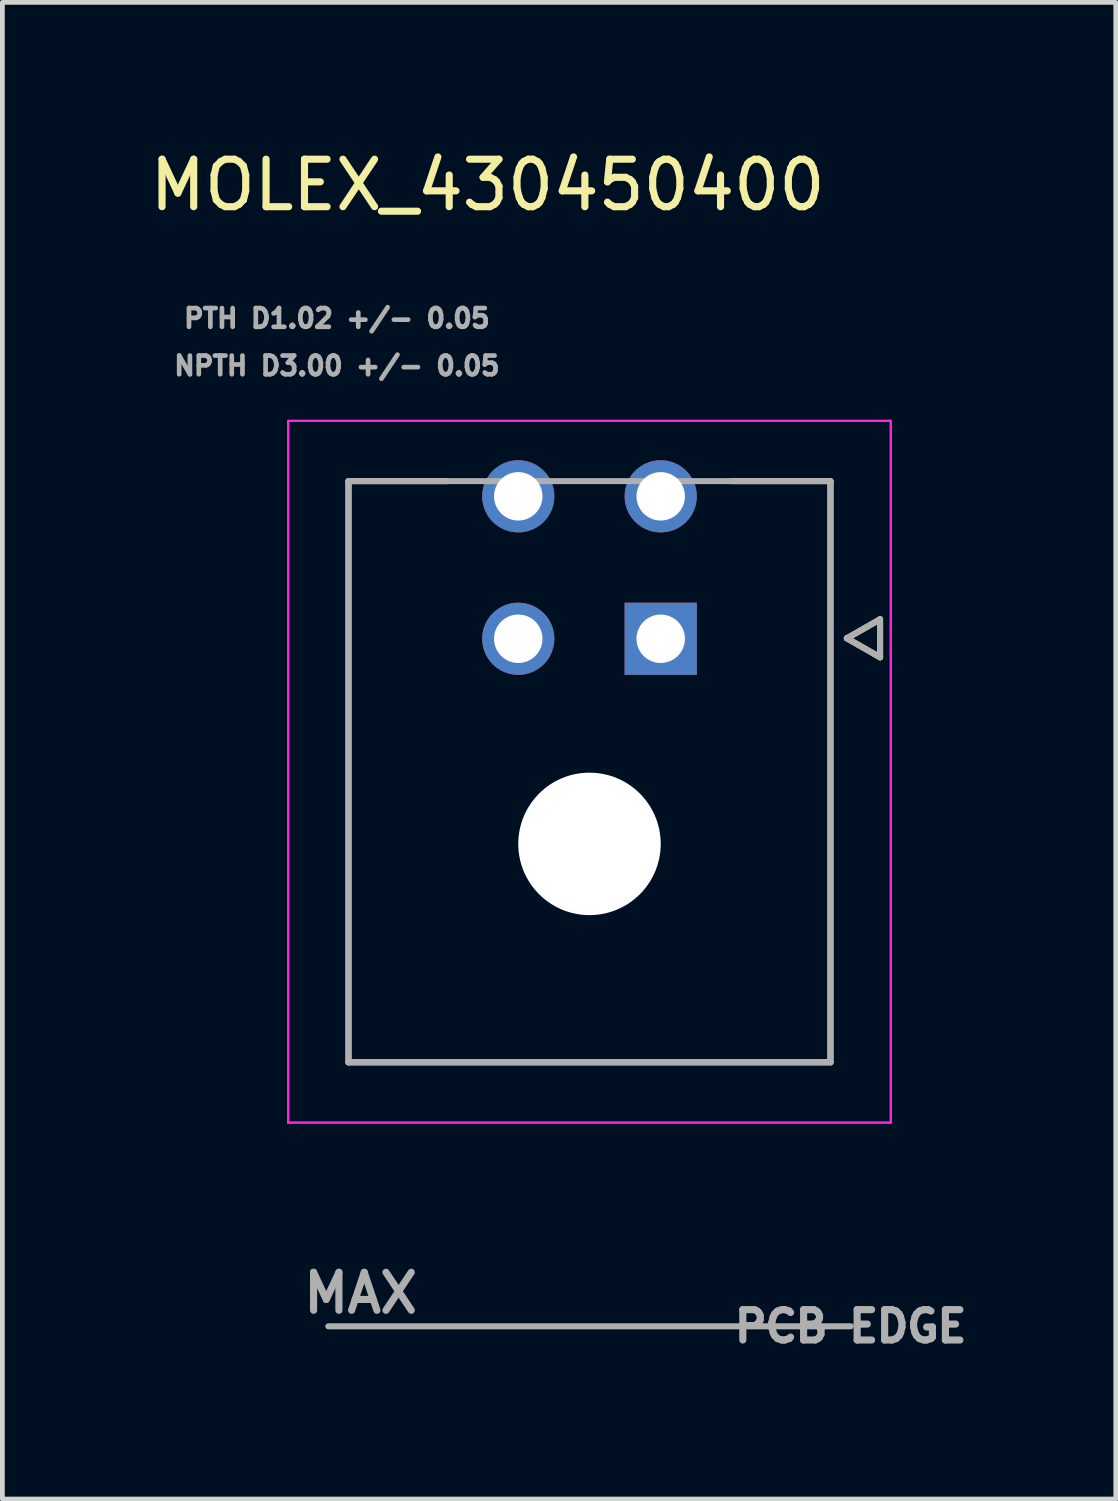
<source format=kicad_pcb>
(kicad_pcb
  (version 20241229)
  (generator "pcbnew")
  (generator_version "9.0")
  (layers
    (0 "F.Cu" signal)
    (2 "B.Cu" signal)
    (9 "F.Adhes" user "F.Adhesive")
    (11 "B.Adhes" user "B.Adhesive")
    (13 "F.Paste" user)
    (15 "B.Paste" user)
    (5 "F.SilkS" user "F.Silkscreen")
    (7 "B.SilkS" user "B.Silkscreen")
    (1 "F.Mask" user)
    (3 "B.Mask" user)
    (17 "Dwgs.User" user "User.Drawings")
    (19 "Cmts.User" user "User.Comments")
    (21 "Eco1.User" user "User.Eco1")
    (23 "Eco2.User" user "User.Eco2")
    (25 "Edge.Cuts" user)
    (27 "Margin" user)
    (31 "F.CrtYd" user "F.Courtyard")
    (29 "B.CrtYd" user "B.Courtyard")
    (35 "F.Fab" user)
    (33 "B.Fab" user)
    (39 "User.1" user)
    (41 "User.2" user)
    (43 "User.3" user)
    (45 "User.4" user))
  (footprint "MOLEX_430450400"
    (layer "F.Cu")
    (at 10.865 10.403)
    (property "Reference" "MOLEX_430450400" (at -3.645 -9.555 0) (layer "F.SilkS") (effects (font (size 1 1) (thickness 0.15))))
    (attr through_hole)
    (fp_circle (center -3 -3) (end -2.582 -3) (stroke (width 0.836) (type solid)) (fill no) (layer "F.Mask"))
    (fp_circle (center -3 0) (end -2.582 0) (stroke (width 0.836) (type solid)) (fill no) (layer "F.Mask"))
    (fp_circle (center -1.5 4.32) (end -0.712 4.32) (stroke (width 1.576) (type solid)) (fill no) (layer "F.Mask"))
    (fp_circle (center 0 -3) (end 0.418 -3) (stroke (width 0.836) (type solid)) (fill no) (layer "F.Mask"))
    (fp_poly (pts (xy -0.836 -0.836) (xy 0.836 -0.836) (xy 0.836 0.836) (xy -0.836 0.836)) (stroke (width 0.01) (type solid)) (fill yes) (layer "F.Mask"))
    (fp_circle (center -3 -3) (end -2.582 -3) (stroke (width 0.836) (type solid)) (fill no) (layer "B.Mask"))
    (fp_circle (center -3 0) (end -2.582 0) (stroke (width 0.836) (type solid)) (fill no) (layer "B.Mask"))
    (fp_circle (center -1.5 4.32) (end -0.712 4.32) (stroke (width 1.576) (type solid)) (fill no) (layer "B.Mask"))
    (fp_circle (center 0 -3) (end 0.418 -3) (stroke (width 0.836) (type solid)) (fill no) (layer "B.Mask"))
    (fp_poly (pts (xy -0.836 -0.836) (xy 0.836 -0.836) (xy 0.836 0.836) (xy -0.836 0.836)) (stroke (width 0.01) (type solid)) (fill yes) (layer "B.Mask"))
    (fp_line (start -6.575 -3.32) (end -6.575 8.92) (stroke (width 0.127) (type solid)) (layer "F.SilkS"))
    (fp_line (start -6.575 8.92) (end 3.575 8.92) (stroke (width 0.127) (type solid)) (layer "F.SilkS"))
    (fp_line (start -4.5 -3.32) (end -6.575 -3.32) (stroke (width 0.127) (type solid)) (layer "F.SilkS"))
    (fp_line (start 3.575 -3.32) (end 1.5 -3.32) (stroke (width 0.127) (type solid)) (layer "F.SilkS"))
    (fp_line (start 3.575 8.92) (end 3.575 -3.32) (stroke (width 0.127) (type solid)) (layer "F.SilkS"))
    (fp_line (start 3.92 -0.01) (end 4.62 0.39) (stroke (width 0.127) (type solid)) (layer "F.SilkS"))
    (fp_line (start 4.62 -0.41) (end 3.92 -0.01) (stroke (width 0.127) (type solid)) (layer "F.SilkS"))
    (fp_line (start 4.62 0.39) (end 4.62 -0.41) (stroke (width 0.127) (type solid)) (layer "F.SilkS"))
    (fp_line (start -7.845 -4.59) (end 4.845 -4.59) (stroke (width 0.05) (type solid)) (layer "F.CrtYd"))
    (fp_line (start -7.845 10.19) (end -7.845 -4.59) (stroke (width 0.05) (type solid)) (layer "F.CrtYd"))
    (fp_line (start 4.845 -4.59) (end 4.845 10.19) (stroke (width 0.05) (type solid)) (layer "F.CrtYd"))
    (fp_line (start 4.845 10.19) (end -7.845 10.19) (stroke (width 0.05) (type solid)) (layer "F.CrtYd"))
    (fp_line (start -7 14.48) (end 4 14.48) (stroke (width 0.127) (type solid)) (layer "F.Fab"))
    (fp_line (start -6.575 -3.32) (end -6.575 8.92) (stroke (width 0.127) (type solid)) (layer "F.Fab"))
    (fp_line (start -6.575 8.92) (end 3.575 8.92) (stroke (width 0.127) (type solid)) (layer "F.Fab"))
    (fp_line (start 3.575 -3.32) (end -6.575 -3.32) (stroke (width 0.127) (type solid)) (layer "F.Fab"))
    (fp_line (start 3.575 8.92) (end 3.575 -3.32) (stroke (width 0.127) (type solid)) (layer "F.Fab"))
    (fp_line (start 3.92 -0.01) (end 4.62 0.39) (stroke (width 0.127) (type solid)) (layer "F.Fab"))
    (fp_line (start 4.62 -0.41) (end 3.92 -0.01) (stroke (width 0.127) (type solid)) (layer "F.Fab"))
    (fp_line (start 4.62 0.39) (end 4.62 -0.41) (stroke (width 0.127) (type solid)) (layer "F.Fab"))
    (fp_text user "NPTH D3.00 +/- 0.05" (at -6.82 -5.748 0) (layer "F.Fab") (effects (font (size 0.394 0.394) (thickness 0.15))))
    (fp_text user "PCB EDGE" (at 4 14.48 0) (layer "F.Fab") (effects (font (size 0.64 0.64) (thickness 0.15))))
    (fp_text user "PTH D1.02 +/- 0.05" (at -6.82 -6.748 0) (layer "F.Fab") (effects (font (size 0.394 0.394) (thickness 0.15))))
    (fp_text user "MAX" (at -6.32 13.78 0) (layer "F.Fab") (effects (font (size 0.8 0.8) (thickness 0.15))))
    (pad "" np_thru_hole circle (at -1.5 4.32) (size 3 3) (drill 3) (layers "*.Cu" "*.Mask"))
    (pad "1" thru_hole rect (at 0 0) (size 1.52 1.52) (drill 1.02) (layers "*.Cu"))
    (pad "2" thru_hole circle (at -3 0) (size 1.52 1.52) (drill 1.02) (layers "*.Cu"))
    (pad "3" thru_hole circle (at 0 -3) (size 1.52 1.52) (drill 1.02) (layers "*.Cu"))
    (pad "4" thru_hole circle (at -3 -3) (size 1.52 1.52) (drill 1.02) (layers "*.Cu")))
  (gr_rect
    (start -3 -3)
    (end 20.449 28.521)
    (stroke (width 0.1) (type default))
    (fill no)
    (layer "Edge.Cuts")))
</source>
